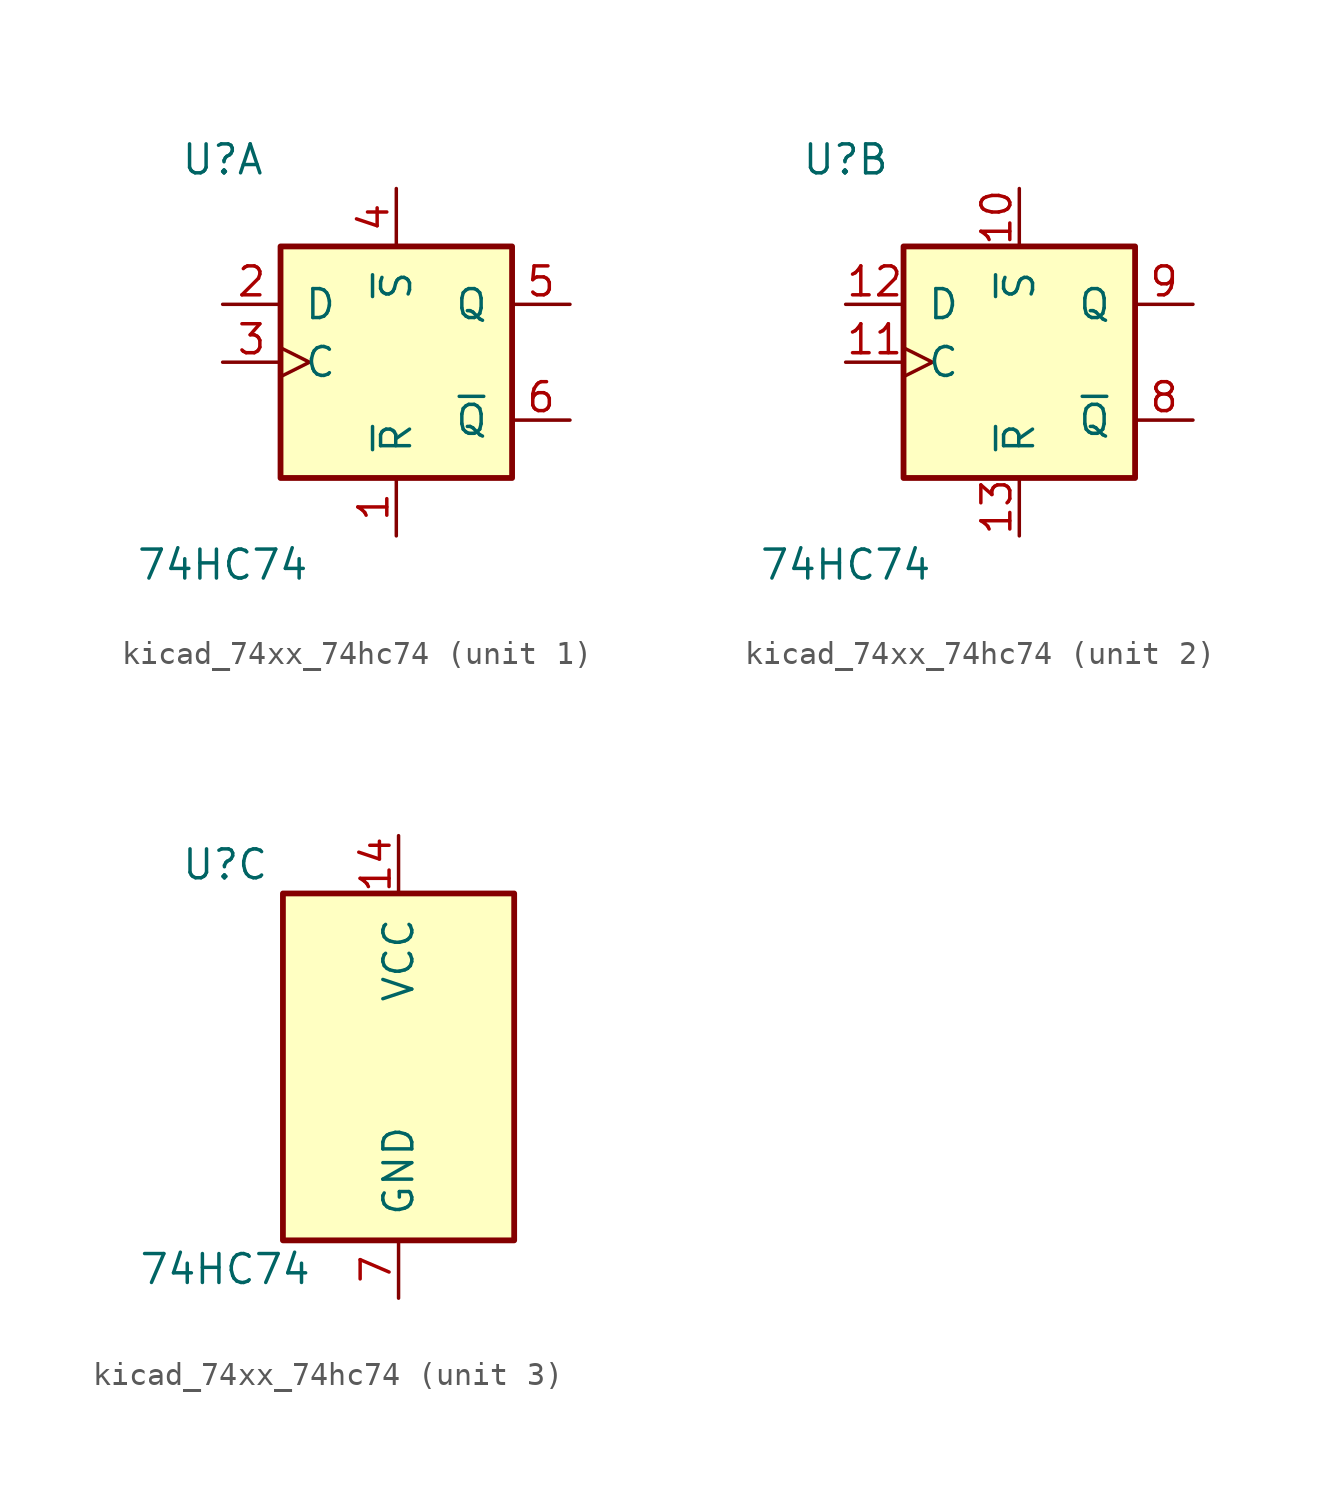
<source format=kicad_sym>
(kicad_symbol_lib
  (version 20220914)
  (generator kicad_symbol_editor)
  (symbol "kicad_74xx_74hc74"
    (pin_names
      (offset 1.016))
    (property "Reference" "U"
      (at -7.62 8.89 0)
      (effects (font (size 1.27 1.27))))
    (property "Value" "74HC74"
      (at -7.62 -8.89 0)
      (effects (font (size 1.27 1.27))))
    (property "ki_locked" ""
      (at 0 0 0)
      (effects (font (size 1.27 1.27))))
    (symbol "kicad_74xx_74hc74_1_0"
      (pin input line (at 0 -7.62 90) (length 2.54) (name "~{R}" (effects (font (size 1.27 1.27)))) (number "1" (effects (font (size 1.27 1.27)))))
      (pin input line (at -7.62 2.54 0) (length 2.54) (name "D" (effects (font (size 1.27 1.27)))) (number "2" (effects (font (size 1.27 1.27)))))
      (pin input clock (at -7.62 0 0) (length 2.54) (name "C" (effects (font (size 1.27 1.27)))) (number "3" (effects (font (size 1.27 1.27)))))
      (pin input line (at 0 7.62 270) (length 2.54) (name "~{S}" (effects (font (size 1.27 1.27)))) (number "4" (effects (font (size 1.27 1.27)))))
      (pin output line (at 7.62 2.54 180) (length 2.54) (name "Q" (effects (font (size 1.27 1.27)))) (number "5" (effects (font (size 1.27 1.27)))))
      (pin output line (at 7.62 -2.54 180) (length 2.54) (name "~{Q}" (effects (font (size 1.27 1.27)))) (number "6" (effects (font (size 1.27 1.27))))))
    (symbol "kicad_74xx_74hc74_1_1"
      (rectangle (start -5.08 5.08) (end 5.08 -5.08) (stroke (width 0.254) (type default)) (fill (type background))))
    (symbol "kicad_74xx_74hc74_2_0"
      (pin input line (at 0 7.62 270) (length 2.54) (name "~{S}" (effects (font (size 1.27 1.27)))) (number "10" (effects (font (size 1.27 1.27)))))
      (pin input clock (at -7.62 0 0) (length 2.54) (name "C" (effects (font (size 1.27 1.27)))) (number "11" (effects (font (size 1.27 1.27)))))
      (pin input line (at -7.62 2.54 0) (length 2.54) (name "D" (effects (font (size 1.27 1.27)))) (number "12" (effects (font (size 1.27 1.27)))))
      (pin input line (at 0 -7.62 90) (length 2.54) (name "~{R}" (effects (font (size 1.27 1.27)))) (number "13" (effects (font (size 1.27 1.27)))))
      (pin output line (at 7.62 -2.54 180) (length 2.54) (name "~{Q}" (effects (font (size 1.27 1.27)))) (number "8" (effects (font (size 1.27 1.27)))))
      (pin output line (at 7.62 2.54 180) (length 2.54) (name "Q" (effects (font (size 1.27 1.27)))) (number "9" (effects (font (size 1.27 1.27))))))
    (symbol "kicad_74xx_74hc74_2_1"
      (rectangle (start -5.08 5.08) (end 5.08 -5.08) (stroke (width 0.254) (type default)) (fill (type background))))
    (symbol "kicad_74xx_74hc74_3_0"
      (pin power_in line (at 0 10.16 270) (length 2.54) (name "VCC" (effects (font (size 1.27 1.27)))) (number "14" (effects (font (size 1.27 1.27)))))
      (pin power_in line (at 0 -10.16 90) (length 2.54) (name "GND" (effects (font (size 1.27 1.27)))) (number "7" (effects (font (size 1.27 1.27))))))
    (symbol "kicad_74xx_74hc74_3_1"
      (rectangle (start -5.08 7.62) (end 5.08 -7.62) (stroke (width 0.254) (type default)) (fill (type background))))))
</source>
